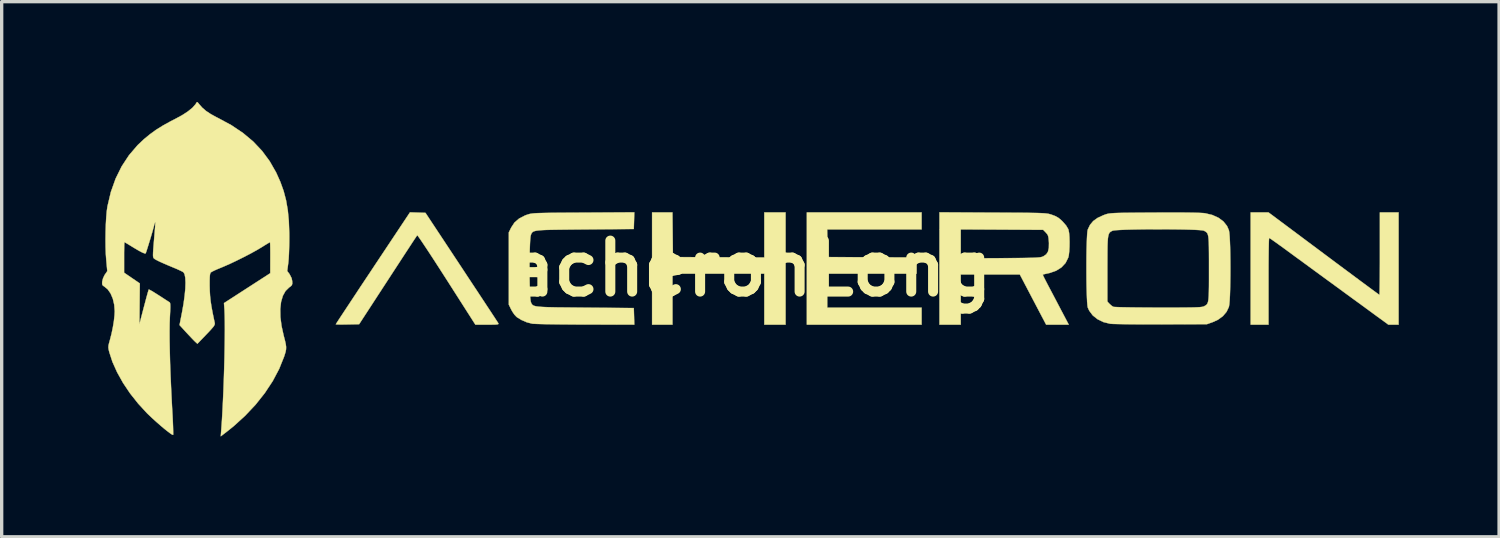
<source format=kicad_pcb>
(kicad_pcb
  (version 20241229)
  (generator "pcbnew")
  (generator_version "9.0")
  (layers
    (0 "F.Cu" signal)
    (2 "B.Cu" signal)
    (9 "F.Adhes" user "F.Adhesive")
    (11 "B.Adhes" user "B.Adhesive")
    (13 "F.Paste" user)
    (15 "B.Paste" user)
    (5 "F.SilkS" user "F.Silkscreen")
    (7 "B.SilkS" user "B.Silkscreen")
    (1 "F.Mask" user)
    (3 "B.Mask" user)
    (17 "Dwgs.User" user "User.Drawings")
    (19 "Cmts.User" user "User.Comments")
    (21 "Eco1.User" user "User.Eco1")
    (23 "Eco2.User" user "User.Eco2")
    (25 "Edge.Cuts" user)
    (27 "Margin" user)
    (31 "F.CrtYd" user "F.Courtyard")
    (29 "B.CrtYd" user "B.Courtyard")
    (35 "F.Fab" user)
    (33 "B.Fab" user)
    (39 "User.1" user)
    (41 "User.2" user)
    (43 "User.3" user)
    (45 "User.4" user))
  (footprint "acheronLong"
    (layer "F.Cu")
    (at 19.374 4.98)
    (property "Reference" "acheronLong" (at 0 0 0) (layer "F.SilkS") (effects (font (size 1.524 1.524) (thickness 0.3))))
    (attr through_hole)
    (fp_poly (pts (xy 5.136 -1.17) (xy 2.312 -1.17) (xy 2.326 -0.343) (xy 3.655 -0.337) (xy 4.983 -0.33) (xy 4.983 0.153) (xy 2.314 0.153) (xy 2.314 1.17) (xy 5.136 1.17) (xy 5.136 1.678) (xy 1.704 1.678) (xy 1.704 -1.678) (xy 5.136 -1.678) (xy 5.136 -1.17)) (stroke (width 0.01) (type solid)) (fill yes) (layer "F.SilkS"))
    (fp_poly (pts (xy -2.308 -1.011) (xy -2.301 -0.343) (xy -0.934 -0.337) (xy 0.432 -0.33) (xy 0.432 -1.678) (xy 1.068 -1.678) (xy 1.068 1.678) (xy 0.432 1.678) (xy 0.432 0.153) (xy -2.314 0.153) (xy -2.314 1.678) (xy -2.924 1.678) (xy -2.924 -1.678) (xy -2.315 -1.678) (xy -2.308 -1.011)) (stroke (width 0.01) (type solid)) (fill yes) (layer "F.SilkS"))
    (fp_poly (pts (xy 17.162 -0.445) (xy 17.418 -0.254) (xy 17.662 -0.072) (xy 17.891 0.098) (xy 18.102 0.255) (xy 18.292 0.396) (xy 18.459 0.519) (xy 18.598 0.622) (xy 18.707 0.702) (xy 18.783 0.757) (xy 18.822 0.785) (xy 18.827 0.788) (xy 18.83 0.764) (xy 18.832 0.693) (xy 18.834 0.581) (xy 18.836 0.434) (xy 18.838 0.254) (xy 18.839 0.049) (xy 18.84 -0.178) (xy 18.84 -0.422) (xy 18.84 -0.445) (xy 18.84 -1.678) (xy 19.4 -1.678) (xy 19.4 1.678) (xy 19.094 1.678) (xy 17.766 0.708) (xy 17.52 0.528) (xy 17.275 0.349) (xy 17.035 0.174) (xy 16.805 0.006) (xy 16.591 -0.151) (xy 16.398 -0.292) (xy 16.23 -0.415) (xy 16.093 -0.515) (xy 15.993 -0.589) (xy 15.861 -0.684) (xy 15.744 -0.769) (xy 15.646 -0.838) (xy 15.574 -0.888) (xy 15.534 -0.913) (xy 15.529 -0.915) (xy 15.525 -0.891) (xy 15.521 -0.82) (xy 15.518 -0.708) (xy 15.515 -0.559) (xy 15.513 -0.379) (xy 15.511 -0.172) (xy 15.51 0.058) (xy 15.51 0.305) (xy 15.51 0.381) (xy 15.51 1.678) (xy 14.976 1.678) (xy 14.976 -1.678) (xy 15.509 -1.678) (xy 17.162 -0.445)) (stroke (width 0.01) (type solid)) (fill yes) (layer "F.SilkS"))
    (fp_poly (pts (xy -9.701 -1.665) (xy -8.625 -0.038) (xy -8.454 0.222) (xy -8.29 0.47) (xy -8.136 0.703) (xy -7.994 0.918) (xy -7.867 1.111) (xy -7.756 1.279) (xy -7.665 1.418) (xy -7.594 1.526) (xy -7.547 1.598) (xy -7.525 1.632) (xy -7.524 1.634) (xy -7.517 1.651) (xy -7.525 1.663) (xy -7.555 1.671) (xy -7.614 1.676) (xy -7.71 1.678) (xy -7.849 1.678) (xy -8.208 1.678) (xy -9.068 0.332) (xy -9.219 0.097) (xy -9.362 -0.125) (xy -9.495 -0.33) (xy -9.615 -0.513) (xy -9.721 -0.673) (xy -9.809 -0.804) (xy -9.877 -0.904) (xy -9.924 -0.969) (xy -9.946 -0.996) (xy -9.947 -0.996) (xy -9.964 -0.972) (xy -10.006 -0.909) (xy -10.071 -0.811) (xy -10.156 -0.681) (xy -10.259 -0.524) (xy -10.378 -0.342) (xy -10.51 -0.139) (xy -10.653 0.08) (xy -10.804 0.312) (xy -10.825 0.344) (xy -11.685 1.665) (xy -12.034 1.672) (xy -12.16 1.674) (xy -12.266 1.674) (xy -12.342 1.672) (xy -12.38 1.669) (xy -12.382 1.667) (xy -12.368 1.645) (xy -12.329 1.583) (xy -12.265 1.485) (xy -12.179 1.355) (xy -12.074 1.196) (xy -11.951 1.01) (xy -11.813 0.801) (xy -11.662 0.572) (xy -11.499 0.327) (xy -11.327 0.069) (xy -11.273 -0.013) (xy -10.164 -1.68) (xy -9.701 -1.665)) (stroke (width 0.01) (type solid)) (fill yes) (layer "F.SilkS"))
    (fp_poly (pts (xy -3.463 -1.431) (xy -3.471 -1.182) (xy -4.933 -1.17) (xy -5.252 -1.167) (xy -5.524 -1.164) (xy -5.754 -1.161) (xy -5.944 -1.158) (xy -6.099 -1.154) (xy -6.222 -1.148) (xy -6.318 -1.14) (xy -6.391 -1.13) (xy -6.444 -1.117) (xy -6.481 -1.102) (xy -6.506 -1.083) (xy -6.524 -1.06) (xy -6.537 -1.033) (xy -6.549 -1.003) (xy -6.56 -0.952) (xy -6.569 -0.857) (xy -6.576 -0.725) (xy -6.582 -0.566) (xy -6.586 -0.384) (xy -6.588 -0.188) (xy -6.589 0.014) (xy -6.588 0.216) (xy -6.585 0.41) (xy -6.581 0.589) (xy -6.575 0.745) (xy -6.568 0.872) (xy -6.558 0.961) (xy -6.549 1.003) (xy -6.536 1.035) (xy -6.523 1.061) (xy -6.505 1.084) (xy -6.479 1.103) (xy -6.441 1.118) (xy -6.387 1.131) (xy -6.314 1.14) (xy -6.216 1.148) (xy -6.091 1.154) (xy -5.934 1.158) (xy -5.742 1.162) (xy -5.511 1.164) (xy -5.236 1.167) (xy -4.933 1.17) (xy -3.471 1.182) (xy -3.463 1.43) (xy -3.456 1.678) (xy -4.913 1.675) (xy -5.185 1.674) (xy -5.445 1.672) (xy -5.689 1.67) (xy -5.91 1.667) (xy -6.105 1.664) (xy -6.268 1.66) (xy -6.394 1.656) (xy -6.477 1.652) (xy -6.508 1.649) (xy -6.669 1.608) (xy -6.827 1.54) (xy -6.962 1.458) (xy -6.984 1.439) (xy -7.041 1.378) (xy -7.1 1.292) (xy -7.137 1.226) (xy -7.208 1.081) (xy -7.208 -1.081) (xy -7.136 -1.227) (xy -7.038 -1.376) (xy -6.901 -1.494) (xy -6.724 -1.586) (xy -6.664 -1.608) (xy -6.628 -1.619) (xy -6.592 -1.63) (xy -6.553 -1.638) (xy -6.505 -1.645) (xy -6.446 -1.651) (xy -6.37 -1.656) (xy -6.273 -1.659) (xy -6.151 -1.662) (xy -6 -1.665) (xy -5.815 -1.667) (xy -5.593 -1.669) (xy -5.329 -1.67) (xy -5.019 -1.672) (xy -4.976 -1.672) (xy -3.456 -1.681) (xy -3.463 -1.431)) (stroke (width 0.01) (type solid)) (fill yes) (layer "F.SilkS"))
    (fp_poly (pts (xy 7.265 -1.672) (xy 7.589 -1.671) (xy 7.867 -1.669) (xy 8.102 -1.668) (xy 8.298 -1.666) (xy 8.46 -1.663) (xy 8.592 -1.661) (xy 8.697 -1.657) (xy 8.781 -1.653) (xy 8.846 -1.648) (xy 8.898 -1.641) (xy 8.94 -1.634) (xy 8.976 -1.624) (xy 9.011 -1.614) (xy 9.037 -1.605) (xy 9.146 -1.563) (xy 9.234 -1.511) (xy 9.321 -1.437) (xy 9.356 -1.402) (xy 9.459 -1.284) (xy 9.52 -1.18) (xy 9.529 -1.154) (xy 9.546 -1.065) (xy 9.556 -0.941) (xy 9.56 -0.797) (xy 9.558 -0.649) (xy 9.55 -0.509) (xy 9.537 -0.394) (xy 9.521 -0.327) (xy 9.441 -0.166) (xy 9.319 -0.035) (xy 9.16 0.065) (xy 8.966 0.133) (xy 8.937 0.139) (xy 8.851 0.158) (xy 8.787 0.173) (xy 8.76 0.183) (xy 8.76 0.183) (xy 8.768 0.207) (xy 8.797 0.268) (xy 8.843 0.359) (xy 8.901 0.471) (xy 8.947 0.559) (xy 9.034 0.723) (xy 9.133 0.911) (xy 9.233 1.102) (xy 9.323 1.274) (xy 9.339 1.303) (xy 9.536 1.678) (xy 8.86 1.678) (xy 8.466 0.928) (xy 8.073 0.178) (xy 7.189 0.178) (xy 6.306 0.178) (xy 6.306 1.678) (xy 5.67 1.678) (xy 5.67 -0.303) (xy 6.306 -0.303) (xy 7.494 -0.31) (xy 7.772 -0.312) (xy 8.003 -0.314) (xy 8.193 -0.316) (xy 8.346 -0.319) (xy 8.467 -0.322) (xy 8.56 -0.326) (xy 8.631 -0.331) (xy 8.684 -0.337) (xy 8.723 -0.345) (xy 8.753 -0.355) (xy 8.779 -0.366) (xy 8.784 -0.369) (xy 8.864 -0.425) (xy 8.915 -0.504) (xy 8.941 -0.614) (xy 8.944 -0.762) (xy 8.941 -0.811) (xy 8.932 -0.913) (xy 8.917 -0.981) (xy 8.892 -1.029) (xy 8.851 -1.076) (xy 8.849 -1.078) (xy 8.771 -1.157) (xy 7.538 -1.164) (xy 6.306 -1.171) (xy 6.306 -0.303) (xy 5.67 -0.303) (xy 5.67 -1.681) (xy 7.265 -1.672)) (stroke (width 0.01) (type solid)) (fill yes) (layer "F.SilkS"))
    (fp_poly (pts (xy 12.781 -1.675) (xy 13.049 -1.673) (xy 13.267 -1.67) (xy 13.435 -1.665) (xy 13.554 -1.659) (xy 13.611 -1.653) (xy 13.829 -1.601) (xy 14.013 -1.518) (xy 14.161 -1.408) (xy 14.269 -1.273) (xy 14.326 -1.142) (xy 14.337 -1.075) (xy 14.347 -0.965) (xy 14.355 -0.818) (xy 14.362 -0.642) (xy 14.366 -0.444) (xy 14.369 -0.231) (xy 14.37 -0.01) (xy 14.369 0.211) (xy 14.366 0.425) (xy 14.362 0.625) (xy 14.356 0.804) (xy 14.348 0.954) (xy 14.338 1.069) (xy 14.326 1.141) (xy 14.325 1.146) (xy 14.256 1.293) (xy 14.145 1.424) (xy 13.997 1.532) (xy 13.844 1.602) (xy 13.666 1.665) (xy 12.293 1.669) (xy 12.029 1.669) (xy 11.775 1.669) (xy 11.538 1.668) (xy 11.324 1.666) (xy 11.136 1.663) (xy 10.981 1.66) (xy 10.864 1.657) (xy 10.79 1.653) (xy 10.773 1.651) (xy 10.572 1.601) (xy 10.397 1.516) (xy 10.254 1.402) (xy 10.149 1.262) (xy 10.106 1.169) (xy 10.096 1.113) (xy 10.087 1.013) (xy 10.08 0.876) (xy 10.074 0.709) (xy 10.069 0.519) (xy 10.066 0.312) (xy 10.065 0.095) (xy 10.065 0.015) (xy 10.691 0.015) (xy 10.691 0.988) (xy 10.755 1.056) (xy 10.812 1.108) (xy 10.866 1.144) (xy 10.869 1.145) (xy 10.904 1.149) (xy 10.985 1.153) (xy 11.106 1.157) (xy 11.263 1.16) (xy 11.451 1.163) (xy 11.665 1.165) (xy 11.899 1.167) (xy 12.149 1.168) (xy 12.212 1.168) (xy 12.508 1.168) (xy 12.757 1.168) (xy 12.964 1.167) (xy 13.133 1.165) (xy 13.267 1.163) (xy 13.371 1.159) (xy 13.45 1.155) (xy 13.507 1.149) (xy 13.546 1.142) (xy 13.572 1.134) (xy 13.577 1.132) (xy 13.614 1.112) (xy 13.645 1.092) (xy 13.67 1.067) (xy 13.689 1.033) (xy 13.704 0.983) (xy 13.715 0.914) (xy 13.722 0.821) (xy 13.726 0.698) (xy 13.729 0.54) (xy 13.73 0.344) (xy 13.73 0.103) (xy 13.73 0) (xy 13.73 -0.259) (xy 13.729 -0.471) (xy 13.727 -0.643) (xy 13.724 -0.778) (xy 13.718 -0.882) (xy 13.709 -0.96) (xy 13.695 -1.016) (xy 13.678 -1.056) (xy 13.655 -1.084) (xy 13.627 -1.105) (xy 13.592 -1.124) (xy 13.577 -1.132) (xy 13.532 -1.141) (xy 13.443 -1.15) (xy 13.315 -1.157) (xy 13.155 -1.163) (xy 12.967 -1.168) (xy 12.759 -1.171) (xy 12.537 -1.173) (xy 12.306 -1.174) (xy 12.073 -1.174) (xy 11.843 -1.173) (xy 11.622 -1.17) (xy 11.418 -1.166) (xy 11.235 -1.161) (xy 11.08 -1.154) (xy 10.959 -1.147) (xy 10.877 -1.138) (xy 10.845 -1.13) (xy 10.808 -1.112) (xy 10.777 -1.092) (xy 10.752 -1.065) (xy 10.733 -1.028) (xy 10.718 -0.974) (xy 10.707 -0.9) (xy 10.7 -0.801) (xy 10.695 -0.67) (xy 10.693 -0.505) (xy 10.692 -0.299) (xy 10.691 -0.049) (xy 10.691 0.015) (xy 10.065 0.015) (xy 10.065 -0.125) (xy 10.066 -0.341) (xy 10.069 -0.546) (xy 10.074 -0.733) (xy 10.08 -0.896) (xy 10.087 -1.028) (xy 10.096 -1.121) (xy 10.105 -1.165) (xy 10.172 -1.305) (xy 10.268 -1.42) (xy 10.399 -1.514) (xy 10.572 -1.594) (xy 10.607 -1.607) (xy 10.643 -1.62) (xy 10.679 -1.631) (xy 10.719 -1.64) (xy 10.766 -1.647) (xy 10.827 -1.653) (xy 10.905 -1.658) (xy 11.005 -1.662) (xy 11.131 -1.665) (xy 11.289 -1.667) (xy 11.482 -1.669) (xy 11.715 -1.671) (xy 11.993 -1.672) (xy 12.099 -1.673) (xy 12.465 -1.675) (xy 12.781 -1.675)) (stroke (width 0.01) (type solid)) (fill yes) (layer "F.SilkS"))
    (fp_poly (pts (xy -16.517 -4.973) (xy -16.483 -4.934) (xy -16.472 -4.919) (xy -16.377 -4.811) (xy -16.264 -4.713) (xy -16.124 -4.62) (xy -15.947 -4.523) (xy -15.898 -4.499) (xy -15.504 -4.286) (xy -15.156 -4.052) (xy -14.851 -3.797) (xy -14.586 -3.516) (xy -14.359 -3.209) (xy -14.167 -2.873) (xy -14.161 -2.86) (xy -14.039 -2.588) (xy -13.942 -2.318) (xy -13.869 -2.039) (xy -13.818 -1.743) (xy -13.787 -1.421) (xy -13.774 -1.061) (xy -13.773 -0.966) (xy -13.774 -0.785) (xy -13.778 -0.604) (xy -13.784 -0.434) (xy -13.792 -0.289) (xy -13.802 -0.181) (xy -13.803 -0.172) (xy -13.835 0.075) (xy -13.766 0.166) (xy -13.703 0.29) (xy -13.686 0.376) (xy -13.683 0.45) (xy -13.696 0.496) (xy -13.734 0.535) (xy -13.778 0.566) (xy -13.886 0.672) (xy -13.966 0.816) (xy -14.019 0.997) (xy -14.043 1.209) (xy -14.039 1.45) (xy -14.005 1.716) (xy -13.942 2.002) (xy -13.94 2.009) (xy -13.903 2.152) (xy -13.879 2.26) (xy -13.868 2.343) (xy -13.87 2.416) (xy -13.884 2.492) (xy -13.911 2.581) (xy -13.93 2.639) (xy -14.076 3.002) (xy -14.269 3.366) (xy -14.505 3.723) (xy -14.781 4.071) (xy -15.093 4.402) (xy -15.436 4.714) (xy -15.611 4.855) (xy -15.822 5.018) (xy -15.806 4.804) (xy -15.788 4.55) (xy -15.772 4.271) (xy -15.757 3.97) (xy -15.743 3.655) (xy -15.731 3.333) (xy -15.721 3.009) (xy -15.712 2.691) (xy -15.706 2.383) (xy -15.702 2.093) (xy -15.7 1.827) (xy -15.701 1.592) (xy -15.705 1.393) (xy -15.711 1.237) (xy -15.713 1.21) (xy -15.726 1.034) (xy -15.034 0.587) (xy -14.342 0.14) (xy -14.341 -0.324) (xy -14.341 -0.471) (xy -14.342 -0.599) (xy -14.344 -0.7) (xy -14.347 -0.766) (xy -14.35 -0.788) (xy -14.374 -0.775) (xy -14.432 -0.741) (xy -14.514 -0.691) (xy -14.585 -0.646) (xy -14.739 -0.554) (xy -14.927 -0.45) (xy -15.135 -0.342) (xy -15.35 -0.235) (xy -15.559 -0.136) (xy -15.747 -0.054) (xy -15.821 -0.023) (xy -15.931 0.022) (xy -16.026 0.065) (xy -16.093 0.1) (xy -16.12 0.117) (xy -16.135 0.142) (xy -16.146 0.187) (xy -16.152 0.259) (xy -16.155 0.365) (xy -16.155 0.515) (xy -16.155 0.516) (xy -16.151 0.67) (xy -16.142 0.818) (xy -16.126 0.969) (xy -16.101 1.135) (xy -16.066 1.325) (xy -16.019 1.551) (xy -16.002 1.63) (xy -16.001 1.66) (xy -16.013 1.694) (xy -16.043 1.741) (xy -16.097 1.804) (xy -16.178 1.893) (xy -16.255 1.973) (xy -16.521 2.25) (xy -16.59 2.187) (xy -16.635 2.142) (xy -16.704 2.07) (xy -16.787 1.982) (xy -16.857 1.907) (xy -17.055 1.69) (xy -16.983 1.322) (xy -16.936 1.058) (xy -16.903 0.818) (xy -16.882 0.604) (xy -16.876 0.423) (xy -16.883 0.277) (xy -16.904 0.172) (xy -16.935 0.115) (xy -16.972 0.091) (xy -17.046 0.055) (xy -17.145 0.01) (xy -17.26 -0.038) (xy -17.39 -0.092) (xy -17.52 -0.148) (xy -17.632 -0.198) (xy -17.699 -0.23) (xy -17.779 -0.272) (xy -17.824 -0.304) (xy -17.843 -0.339) (xy -17.848 -0.389) (xy -17.848 -0.414) (xy -17.846 -0.475) (xy -17.84 -0.576) (xy -17.83 -0.705) (xy -17.818 -0.852) (xy -17.81 -0.951) (xy -17.798 -1.093) (xy -17.788 -1.216) (xy -17.782 -1.312) (xy -17.779 -1.372) (xy -17.78 -1.389) (xy -17.79 -1.372) (xy -17.808 -1.318) (xy -17.822 -1.264) (xy -17.842 -1.191) (xy -17.87 -1.089) (xy -17.905 -0.97) (xy -17.943 -0.844) (xy -17.981 -0.72) (xy -18.016 -0.608) (xy -18.044 -0.52) (xy -18.063 -0.465) (xy -18.068 -0.452) (xy -18.099 -0.451) (xy -18.169 -0.479) (xy -18.277 -0.536) (xy -18.423 -0.622) (xy -18.493 -0.665) (xy -18.581 -0.719) (xy -18.651 -0.761) (xy -18.694 -0.785) (xy -18.702 -0.788) (xy -18.706 -0.764) (xy -18.709 -0.697) (xy -18.711 -0.596) (xy -18.713 -0.467) (xy -18.713 -0.332) (xy -18.713 0.124) (xy -18.478 0.285) (xy -18.243 0.445) (xy -18.249 1.055) (xy -18.255 1.665) (xy -18.121 1.152) (xy -18.08 0.998) (xy -18.044 0.861) (xy -18.013 0.75) (xy -17.99 0.67) (xy -17.977 0.63) (xy -17.975 0.627) (xy -17.951 0.636) (xy -17.892 0.668) (xy -17.807 0.719) (xy -17.704 0.784) (xy -17.671 0.805) (xy -17.561 0.876) (xy -17.466 0.938) (xy -17.394 0.984) (xy -17.353 1.01) (xy -17.349 1.013) (xy -17.338 1.033) (xy -17.332 1.083) (xy -17.331 1.168) (xy -17.336 1.293) (xy -17.344 1.449) (xy -17.351 1.637) (xy -17.354 1.872) (xy -17.353 2.148) (xy -17.347 2.463) (xy -17.338 2.812) (xy -17.324 3.191) (xy -17.306 3.596) (xy -17.285 4.023) (xy -17.274 4.228) (xy -17.263 4.416) (xy -17.255 4.587) (xy -17.249 4.735) (xy -17.246 4.853) (xy -17.245 4.934) (xy -17.246 4.973) (xy -17.247 4.975) (xy -17.274 4.968) (xy -17.331 4.931) (xy -17.413 4.869) (xy -17.514 4.789) (xy -17.626 4.694) (xy -17.745 4.59) (xy -17.863 4.483) (xy -17.975 4.377) (xy -18.029 4.325) (xy -18.293 4.038) (xy -18.533 3.735) (xy -18.744 3.421) (xy -18.921 3.104) (xy -19.061 2.793) (xy -19.156 2.5) (xy -19.175 2.423) (xy -19.183 2.364) (xy -19.18 2.306) (xy -19.164 2.234) (xy -19.135 2.13) (xy -19.132 2.118) (xy -19.088 1.946) (xy -19.049 1.758) (xy -19.018 1.57) (xy -18.999 1.398) (xy -18.993 1.276) (xy -19.008 1.082) (xy -19.05 0.902) (xy -19.117 0.745) (xy -19.204 0.621) (xy -19.299 0.543) (xy -19.349 0.508) (xy -19.369 0.471) (xy -19.369 0.41) (xy -19.367 0.387) (xy -19.343 0.294) (xy -19.299 0.199) (xy -19.285 0.178) (xy -19.216 0.078) (xy -19.247 -0.261) (xy -19.26 -0.439) (xy -19.267 -0.645) (xy -19.269 -0.868) (xy -19.266 -1.098) (xy -19.259 -1.322) (xy -19.247 -1.53) (xy -19.232 -1.71) (xy -19.212 -1.852) (xy -19.21 -1.863) (xy -19.108 -2.292) (xy -18.966 -2.69) (xy -18.785 -3.056) (xy -18.565 -3.39) (xy -18.307 -3.691) (xy -18.116 -3.871) (xy -17.934 -4.02) (xy -17.748 -4.154) (xy -17.545 -4.28) (xy -17.312 -4.408) (xy -17.19 -4.47) (xy -16.978 -4.585) (xy -16.803 -4.699) (xy -16.668 -4.809) (xy -16.577 -4.912) (xy -16.557 -4.945) (xy -16.538 -4.975) (xy -16.517 -4.973)) (stroke (width 0.01) (type solid)) (fill yes) (layer "F.SilkS")))
  (gr_rect
    (start -3 -3)
    (end 41.779 13.003)
    (stroke (width 0.1) (type default))
    (fill no)
    (layer "Edge.Cuts")))
</source>
